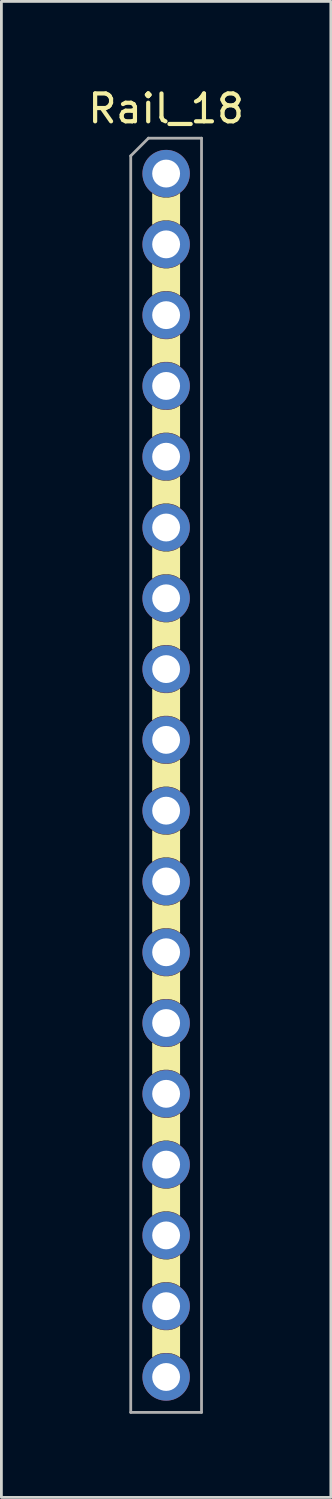
<source format=kicad_pcb>
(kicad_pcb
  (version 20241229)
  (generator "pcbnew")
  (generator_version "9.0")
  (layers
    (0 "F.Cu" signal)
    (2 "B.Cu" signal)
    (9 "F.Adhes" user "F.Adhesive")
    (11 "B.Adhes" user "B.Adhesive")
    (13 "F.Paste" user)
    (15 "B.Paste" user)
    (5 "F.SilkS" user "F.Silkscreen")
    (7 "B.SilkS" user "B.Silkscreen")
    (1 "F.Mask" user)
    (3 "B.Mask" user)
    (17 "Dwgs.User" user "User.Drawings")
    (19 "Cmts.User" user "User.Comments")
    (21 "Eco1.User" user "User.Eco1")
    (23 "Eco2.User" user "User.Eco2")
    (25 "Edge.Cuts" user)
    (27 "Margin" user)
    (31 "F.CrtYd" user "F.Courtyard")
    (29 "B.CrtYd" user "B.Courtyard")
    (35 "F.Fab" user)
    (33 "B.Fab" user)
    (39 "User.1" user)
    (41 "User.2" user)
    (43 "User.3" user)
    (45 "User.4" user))
  (footprint "Rail_18"
    (layer "F.Cu")
    (at 2.911 3.178)
    (property "Reference" "Rail_18" (at 0 -2.33 0) (layer "F.SilkS") (effects (font (size 1 1) (thickness 0.15))))
    (attr through_hole)
    (fp_poly (pts (xy 0.5 1.84) (xy 0.39 1.77) (xy 0.3 1.73) (xy 0.2 1.7) (xy 0.08 1.68) (xy 0 1.68) (xy -0.08 1.68) (xy -0.2 1.7) (xy -0.3 1.73) (xy -0.39 1.77) (xy -0.5 1.84) (xy -0.5 0.7) (xy -0.39 0.77) (xy -0.3 0.81) (xy -0.2 0.84) (xy -0.08 0.86) (xy 0 0.86) (xy 0.08 0.86) (xy 0.2 0.84) (xy 0.3 0.81) (xy 0.39 0.77) (xy 0.5 0.7)) (stroke (width 0) (type solid)) (fill yes) (layer "F.SilkS"))
    (fp_poly (pts (xy 0.5 4.379) (xy 0.39 4.309) (xy 0.3 4.269) (xy 0.2 4.239) (xy 0.08 4.219) (xy 0 4.219) (xy -0.08 4.219) (xy -0.2 4.239) (xy -0.3 4.269) (xy -0.39 4.309) (xy -0.5 4.379) (xy -0.5 3.239) (xy -0.39 3.309) (xy -0.3 3.349) (xy -0.2 3.379) (xy -0.08 3.399) (xy 0 3.4) (xy 0.08 3.4) (xy 0.2 3.379) (xy 0.3 3.349) (xy 0.39 3.309) (xy 0.5 3.239)) (stroke (width 0) (type solid)) (fill yes) (layer "F.SilkS"))
    (fp_poly (pts (xy 0.5 6.919) (xy 0.39 6.849) (xy 0.3 6.809) (xy 0.2 6.779) (xy 0.08 6.759) (xy 0 6.759) (xy -0.08 6.759) (xy -0.2 6.779) (xy -0.3 6.809) (xy -0.39 6.849) (xy -0.5 6.919) (xy -0.5 5.779) (xy -0.39 5.849) (xy -0.3 5.889) (xy -0.2 5.919) (xy -0.08 5.939) (xy 0 5.94) (xy 0.08 5.94) (xy 0.2 5.919) (xy 0.3 5.889) (xy 0.39 5.849) (xy 0.5 5.779)) (stroke (width 0) (type solid)) (fill yes) (layer "F.SilkS"))
    (fp_poly (pts (xy 0.5 9.459) (xy 0.39 9.389) (xy 0.3 9.349) (xy 0.2 9.319) (xy 0.08 9.299) (xy 0 9.299) (xy -0.08 9.299) (xy -0.2 9.319) (xy -0.3 9.349) (xy -0.39 9.389) (xy -0.5 9.459) (xy -0.5 8.319) (xy -0.39 8.389) (xy -0.3 8.429) (xy -0.2 8.459) (xy -0.08 8.479) (xy 0 8.48) (xy 0.08 8.48) (xy 0.2 8.459) (xy 0.3 8.429) (xy 0.39 8.389) (xy 0.5 8.319)) (stroke (width 0) (type solid)) (fill yes) (layer "F.SilkS"))
    (fp_poly (pts (xy 0.5 11.999) (xy 0.39 11.929) (xy 0.3 11.889) (xy 0.2 11.859) (xy 0.08 11.839) (xy 0 11.839) (xy -0.08 11.839) (xy -0.2 11.859) (xy -0.3 11.889) (xy -0.39 11.929) (xy -0.5 11.999) (xy -0.5 10.859) (xy -0.39 10.929) (xy -0.3 10.969) (xy -0.2 10.999) (xy -0.08 11.019) (xy 0 11.02) (xy 0.08 11.02) (xy 0.2 10.999) (xy 0.3 10.969) (xy 0.39 10.929) (xy 0.5 10.859)) (stroke (width 0) (type solid)) (fill yes) (layer "F.SilkS"))
    (fp_poly (pts (xy 0.5 14.539) (xy 0.39 14.469) (xy 0.3 14.429) (xy 0.2 14.399) (xy 0.08 14.379) (xy 0 14.379) (xy -0.08 14.379) (xy -0.2 14.399) (xy -0.3 14.429) (xy -0.39 14.469) (xy -0.5 14.539) (xy -0.5 13.399) (xy -0.39 13.469) (xy -0.3 13.509) (xy -0.2 13.539) (xy -0.08 13.559) (xy 0 13.56) (xy 0.08 13.56) (xy 0.2 13.539) (xy 0.3 13.509) (xy 0.39 13.469) (xy 0.5 13.399)) (stroke (width 0) (type solid)) (fill yes) (layer "F.SilkS"))
    (fp_poly (pts (xy 0.5 17.079) (xy 0.39 17.009) (xy 0.3 16.969) (xy 0.2 16.939) (xy 0.08 16.919) (xy 0 16.919) (xy -0.08 16.919) (xy -0.2 16.939) (xy -0.3 16.969) (xy -0.39 17.009) (xy -0.5 17.079) (xy -0.5 15.939) (xy -0.39 16.009) (xy -0.3 16.049) (xy -0.2 16.079) (xy -0.08 16.099) (xy 0 16.1) (xy 0.08 16.1) (xy 0.2 16.079) (xy 0.3 16.049) (xy 0.39 16.009) (xy 0.5 15.939)) (stroke (width 0) (type solid)) (fill yes) (layer "F.SilkS"))
    (fp_poly (pts (xy 0.5 19.619) (xy 0.39 19.549) (xy 0.3 19.509) (xy 0.2 19.479) (xy 0.08 19.459) (xy 0 19.459) (xy -0.08 19.459) (xy -0.2 19.479) (xy -0.3 19.509) (xy -0.39 19.549) (xy -0.5 19.619) (xy -0.5 18.479) (xy -0.39 18.549) (xy -0.3 18.589) (xy -0.2 18.619) (xy -0.08 18.639) (xy 0 18.64) (xy 0.08 18.64) (xy 0.2 18.619) (xy 0.3 18.589) (xy 0.39 18.549) (xy 0.5 18.479)) (stroke (width 0) (type solid)) (fill yes) (layer "F.SilkS"))
    (fp_poly (pts (xy 0.5 22.159) (xy 0.39 22.089) (xy 0.3 22.049) (xy 0.2 22.019) (xy 0.08 21.999) (xy 0 21.999) (xy -0.08 21.999) (xy -0.2 22.019) (xy -0.3 22.049) (xy -0.39 22.089) (xy -0.5 22.159) (xy -0.5 21.019) (xy -0.39 21.089) (xy -0.3 21.129) (xy -0.2 21.159) (xy -0.08 21.179) (xy 0 21.18) (xy 0.08 21.18) (xy 0.2 21.159) (xy 0.3 21.129) (xy 0.39 21.089) (xy 0.5 21.019)) (stroke (width 0) (type solid)) (fill yes) (layer "F.SilkS"))
    (fp_poly (pts (xy 0.5 24.699) (xy 0.39 24.629) (xy 0.3 24.589) (xy 0.2 24.559) (xy 0.08 24.539) (xy 0 24.539) (xy -0.08 24.539) (xy -0.2 24.559) (xy -0.3 24.589) (xy -0.39 24.629) (xy -0.5 24.699) (xy -0.5 23.559) (xy -0.39 23.629) (xy -0.3 23.669) (xy -0.2 23.699) (xy -0.08 23.719) (xy 0 23.72) (xy 0.08 23.72) (xy 0.2 23.699) (xy 0.3 23.669) (xy 0.39 23.629) (xy 0.5 23.559)) (stroke (width 0) (type solid)) (fill yes) (layer "F.SilkS"))
    (fp_poly (pts (xy 0.5 27.239) (xy 0.39 27.169) (xy 0.3 27.129) (xy 0.2 27.099) (xy 0.08 27.079) (xy 0 27.079) (xy -0.08 27.079) (xy -0.2 27.099) (xy -0.3 27.129) (xy -0.39 27.169) (xy -0.5 27.239) (xy -0.5 26.099) (xy -0.39 26.169) (xy -0.3 26.209) (xy -0.2 26.239) (xy -0.08 26.259) (xy 0 26.26) (xy 0.08 26.26) (xy 0.2 26.239) (xy 0.3 26.209) (xy 0.39 26.169) (xy 0.5 26.099)) (stroke (width 0) (type solid)) (fill yes) (layer "F.SilkS"))
    (fp_poly (pts (xy 0.5 29.779) (xy 0.39 29.709) (xy 0.3 29.669) (xy 0.2 29.639) (xy 0.08 29.619) (xy 0 29.619) (xy -0.08 29.619) (xy -0.2 29.639) (xy -0.3 29.669) (xy -0.39 29.709) (xy -0.5 29.779) (xy -0.5 28.639) (xy -0.39 28.709) (xy -0.3 28.749) (xy -0.2 28.779) (xy -0.08 28.799) (xy 0 28.8) (xy 0.08 28.8) (xy 0.2 28.779) (xy 0.3 28.749) (xy 0.39 28.709) (xy 0.5 28.639)) (stroke (width 0) (type solid)) (fill yes) (layer "F.SilkS"))
    (fp_poly (pts (xy 0.5 32.319) (xy 0.39 32.249) (xy 0.3 32.209) (xy 0.2 32.179) (xy 0.08 32.159) (xy 0 32.159) (xy -0.08 32.159) (xy -0.2 32.179) (xy -0.3 32.209) (xy -0.39 32.249) (xy -0.5 32.319) (xy -0.5 31.179) (xy -0.39 31.249) (xy -0.3 31.289) (xy -0.2 31.319) (xy -0.08 31.339) (xy 0 31.34) (xy 0.08 31.34) (xy 0.2 31.319) (xy 0.3 31.289) (xy 0.39 31.249) (xy 0.5 31.179)) (stroke (width 0) (type solid)) (fill yes) (layer "F.SilkS"))
    (fp_poly (pts (xy 0.5 34.859) (xy 0.39 34.789) (xy 0.3 34.749) (xy 0.2 34.719) (xy 0.08 34.699) (xy 0 34.699) (xy -0.08 34.699) (xy -0.2 34.719) (xy -0.3 34.749) (xy -0.39 34.789) (xy -0.5 34.859) (xy -0.5 33.719) (xy -0.39 33.789) (xy -0.3 33.829) (xy -0.2 33.859) (xy -0.08 33.879) (xy 0 33.88) (xy 0.08 33.88) (xy 0.2 33.859) (xy 0.3 33.829) (xy 0.39 33.789) (xy 0.5 33.719)) (stroke (width 0) (type solid)) (fill yes) (layer "F.SilkS"))
    (fp_poly (pts (xy 0.5 37.399) (xy 0.39 37.329) (xy 0.3 37.289) (xy 0.2 37.259) (xy 0.08 37.239) (xy 0 37.239) (xy -0.08 37.239) (xy -0.2 37.259) (xy -0.3 37.289) (xy -0.39 37.329) (xy -0.5 37.399) (xy -0.5 36.259) (xy -0.39 36.329) (xy -0.3 36.369) (xy -0.2 36.399) (xy -0.08 36.419) (xy 0 36.42) (xy 0.08 36.42) (xy 0.2 36.399) (xy 0.3 36.369) (xy 0.39 36.329) (xy 0.5 36.259)) (stroke (width 0) (type solid)) (fill yes) (layer "F.SilkS"))
    (fp_poly (pts (xy 0.5 39.939) (xy 0.39 39.869) (xy 0.3 39.829) (xy 0.2 39.799) (xy 0.08 39.779) (xy 0 39.779) (xy -0.08 39.779) (xy -0.2 39.799) (xy -0.3 39.829) (xy -0.39 39.869) (xy -0.5 39.939) (xy -0.5 38.799) (xy -0.39 38.869) (xy -0.3 38.909) (xy -0.2 38.939) (xy -0.08 38.959) (xy 0 38.96) (xy 0.08 38.96) (xy 0.2 38.939) (xy 0.3 38.909) (xy 0.39 38.869) (xy 0.5 38.799)) (stroke (width 0) (type solid)) (fill yes) (layer "F.SilkS"))
    (fp_poly (pts (xy 0.5 42.479) (xy 0.39 42.409) (xy 0.3 42.369) (xy 0.2 42.339) (xy 0.08 42.319) (xy 0 42.319) (xy -0.08 42.319) (xy -0.2 42.339) (xy -0.3 42.369) (xy -0.39 42.409) (xy -0.5 42.479) (xy -0.5 41.339) (xy -0.39 41.409) (xy -0.3 41.449) (xy -0.2 41.479) (xy -0.08 41.499) (xy 0 41.5) (xy 0.08 41.5) (xy 0.2 41.479) (xy 0.3 41.449) (xy 0.39 41.409) (xy 0.5 41.339)) (stroke (width 0) (type solid)) (fill yes) (layer "F.SilkS"))
    (fp_line (start -1.27 -0.635) (end -0.635 -1.27) (stroke (width 0.1) (type solid)) (layer "F.Fab"))
    (fp_line (start -1.27 44.45) (end -1.27 -0.635) (stroke (width 0.1) (type solid)) (layer "F.Fab"))
    (fp_line (start -0.635 -1.27) (end 1.27 -1.27) (stroke (width 0.1) (type solid)) (layer "F.Fab"))
    (fp_line (start 1.27 -1.27) (end 1.27 44.45) (stroke (width 0.1) (type solid)) (layer "F.Fab"))
    (fp_line (start 1.27 44.45) (end -1.27 44.45) (stroke (width 0.1) (type solid)) (layer "F.Fab"))
    (pad "1" thru_hole circle (at 0 0) (size 1.7 1.7) (drill 1) (layers "*.Cu" "*.Mask"))
    (pad "2" thru_hole oval (at 0 2.54) (size 1.7 1.7) (drill 1) (layers "*.Cu" "*.Mask"))
    (pad "3" thru_hole oval (at 0 5.08) (size 1.7 1.7) (drill 1) (layers "*.Cu" "*.Mask"))
    (pad "4" thru_hole oval (at 0 7.62) (size 1.7 1.7) (drill 1) (layers "*.Cu" "*.Mask"))
    (pad "5" thru_hole oval (at 0 10.16) (size 1.7 1.7) (drill 1) (layers "*.Cu" "*.Mask"))
    (pad "6" thru_hole oval (at 0 12.7) (size 1.7 1.7) (drill 1) (layers "*.Cu" "*.Mask"))
    (pad "7" thru_hole oval (at 0 15.24) (size 1.7 1.7) (drill 1) (layers "*.Cu" "*.Mask"))
    (pad "8" thru_hole oval (at 0 17.78) (size 1.7 1.7) (drill 1) (layers "*.Cu" "*.Mask"))
    (pad "9" thru_hole oval (at 0 20.32) (size 1.7 1.7) (drill 1) (layers "*.Cu" "*.Mask"))
    (pad "10" thru_hole oval (at 0 22.86) (size 1.7 1.7) (drill 1) (layers "*.Cu" "*.Mask"))
    (pad "11" thru_hole oval (at 0 25.4) (size 1.7 1.7) (drill 1) (layers "*.Cu" "*.Mask"))
    (pad "12" thru_hole oval (at 0 27.94) (size 1.7 1.7) (drill 1) (layers "*.Cu" "*.Mask"))
    (pad "13" thru_hole oval (at 0 30.48) (size 1.7 1.7) (drill 1) (layers "*.Cu" "*.Mask"))
    (pad "14" thru_hole oval (at 0 33.02) (size 1.7 1.7) (drill 1) (layers "*.Cu" "*.Mask"))
    (pad "15" thru_hole oval (at 0 35.56) (size 1.7 1.7) (drill 1) (layers "*.Cu" "*.Mask"))
    (pad "16" thru_hole oval (at 0 38.1) (size 1.7 1.7) (drill 1) (layers "*.Cu" "*.Mask"))
    (pad "17" thru_hole oval (at 0 40.64) (size 1.7 1.7) (drill 1) (layers "*.Cu" "*.Mask"))
    (pad "18" thru_hole oval (at 0 43.18) (size 1.7 1.7) (drill 1) (layers "*.Cu" "*.Mask")))
  (gr_rect
    (start -3 -3)
    (end 8.821 50.678)
    (stroke (width 0.1) (type default))
    (fill no)
    (layer "Edge.Cuts")))
</source>
